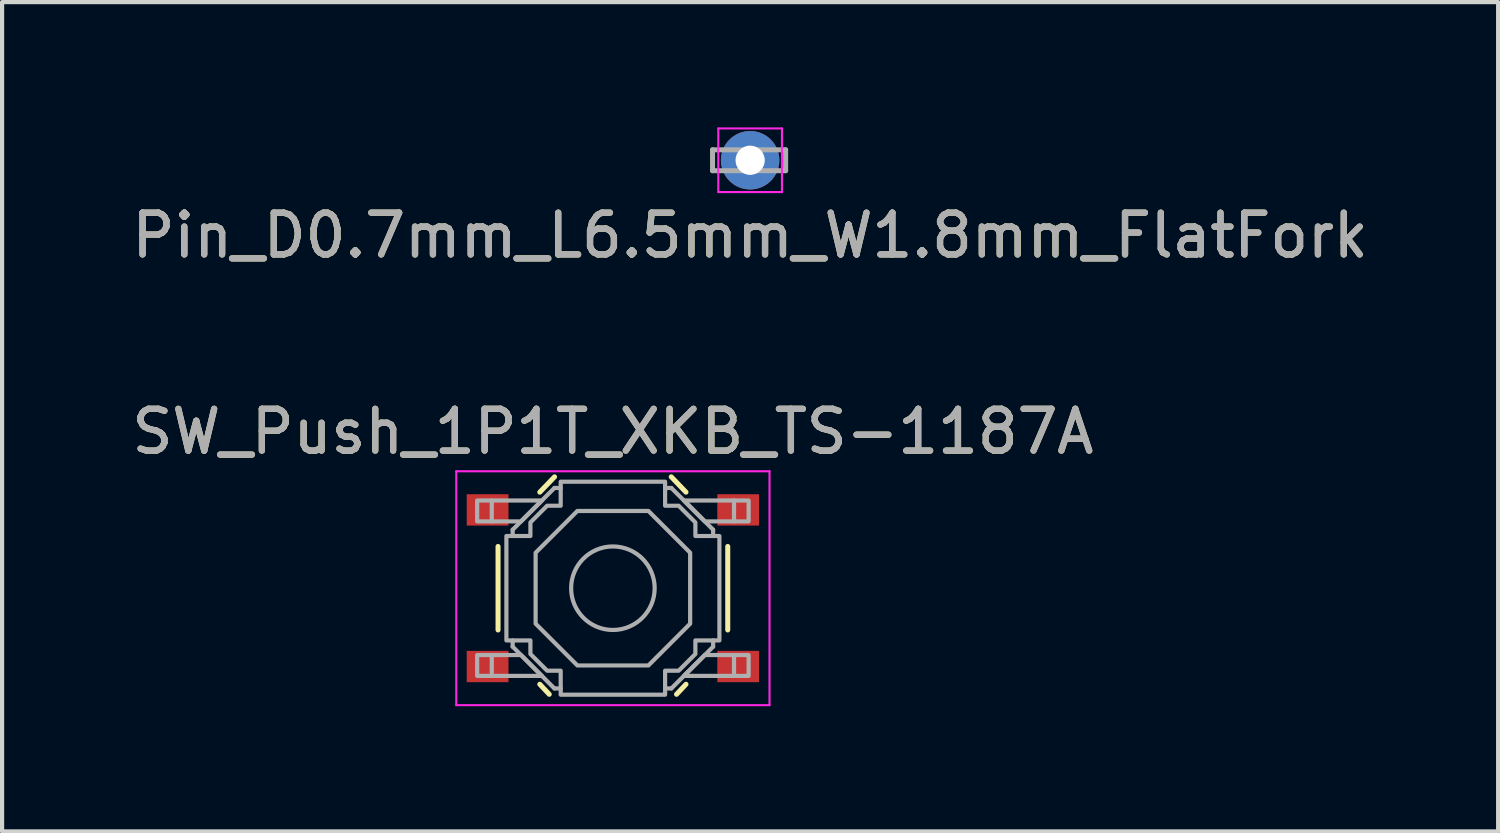
<source format=kicad_pcb>
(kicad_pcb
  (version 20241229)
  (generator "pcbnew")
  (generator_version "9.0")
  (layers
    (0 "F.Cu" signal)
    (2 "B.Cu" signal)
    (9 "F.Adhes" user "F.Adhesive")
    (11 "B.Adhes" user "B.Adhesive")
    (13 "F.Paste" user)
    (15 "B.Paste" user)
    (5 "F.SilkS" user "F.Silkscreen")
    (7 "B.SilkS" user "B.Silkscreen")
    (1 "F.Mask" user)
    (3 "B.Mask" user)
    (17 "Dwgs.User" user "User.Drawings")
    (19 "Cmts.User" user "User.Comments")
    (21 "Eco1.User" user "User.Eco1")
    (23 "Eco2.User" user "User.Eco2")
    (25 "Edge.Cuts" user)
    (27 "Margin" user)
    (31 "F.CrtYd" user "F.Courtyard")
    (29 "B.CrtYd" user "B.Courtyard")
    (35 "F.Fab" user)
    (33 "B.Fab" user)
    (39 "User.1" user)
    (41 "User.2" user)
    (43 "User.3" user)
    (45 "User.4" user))
  (footprint "SW_Push_1P1T_XKB_TS-1187A"
    (layer "F.Cu")
    (at 11.625 11.034)
    (property "Reference" "SW_Push_1P1T_XKB_TS-1187A" (at 0 -3.75 0) (layer "F.SilkS") (effects (font (size 1 1) (thickness 0.15))))
    (attr smd)
    (fp_line (start -2.75 -1) (end -2.75 1) (stroke (width 0.12) (type solid)) (layer "F.SilkS"))
    (fp_line (start -1.75 -2.3) (end -1.397 -2.667) (stroke (width 0.12) (type solid)) (layer "F.SilkS"))
    (fp_line (start -1.75 2.3) (end -1.524 2.54) (stroke (width 0.12) (type solid)) (layer "F.SilkS"))
    (fp_line (start 1.75 -2.3) (end 1.397 -2.667) (stroke (width 0.12) (type solid)) (layer "F.SilkS"))
    (fp_line (start 1.75 2.3) (end 1.524 2.54) (stroke (width 0.12) (type solid)) (layer "F.SilkS"))
    (fp_line (start 2.75 -1) (end 2.75 1) (stroke (width 0.12) (type solid)) (layer "F.SilkS"))
    (fp_line (start -3.75 -2.8) (end 3.75 -2.8) (stroke (width 0.05) (type solid)) (layer "F.CrtYd"))
    (fp_line (start -3.75 2.8) (end -3.75 -2.8) (stroke (width 0.05) (type solid)) (layer "F.CrtYd"))
    (fp_line (start 3.75 -2.8) (end 3.75 2.8) (stroke (width 0.05) (type solid)) (layer "F.CrtYd"))
    (fp_line (start 3.75 2.8) (end -3.75 2.8) (stroke (width 0.05) (type solid)) (layer "F.CrtYd"))
    (fp_line (start -2.9 -2.1) (end -2.9 -1.6) (stroke (width 0.1) (type solid)) (layer "F.Fab"))
    (fp_line (start -2.9 2.1) (end -2.9 1.6) (stroke (width 0.1) (type solid)) (layer "F.Fab"))
    (fp_line (start -2.4 -1.4) (end -1.4 -2.4) (stroke (width 0.1) (type solid)) (layer "F.Fab"))
    (fp_line (start -2.4 -1.25) (end -2.4 -1.4) (stroke (width 0.1) (type solid)) (layer "F.Fab"))
    (fp_line (start -2.4 1.4) (end -2.4 1.25) (stroke (width 0.1) (type solid)) (layer "F.Fab"))
    (fp_line (start -1.4 -2.4) (end -1.25 -2.4) (stroke (width 0.1) (type solid)) (layer "F.Fab"))
    (fp_line (start -1.4 2.4) (end -2.4 1.4) (stroke (width 0.1) (type solid)) (layer "F.Fab"))
    (fp_line (start -1.25 2.4) (end -1.4 2.4) (stroke (width 0.1) (type solid)) (layer "F.Fab"))
    (fp_line (start 1.25 -2.4) (end 1.4 -2.4) (stroke (width 0.1) (type solid)) (layer "F.Fab"))
    (fp_line (start 1.4 -2.4) (end 2.4 -1.4) (stroke (width 0.1) (type solid)) (layer "F.Fab"))
    (fp_line (start 1.4 2.4) (end 1.25 2.4) (stroke (width 0.1) (type solid)) (layer "F.Fab"))
    (fp_line (start 2.4 -1.4) (end 2.4 -1.25) (stroke (width 0.1) (type solid)) (layer "F.Fab"))
    (fp_line (start 2.4 1.25) (end 2.4 1.4) (stroke (width 0.1) (type solid)) (layer "F.Fab"))
    (fp_line (start 2.4 1.4) (end 1.4 2.4) (stroke (width 0.1) (type solid)) (layer "F.Fab"))
    (fp_line (start 2.9 -2.1) (end 2.9 -1.6) (stroke (width 0.1) (type solid)) (layer "F.Fab"))
    (fp_line (start 2.9 2.1) (end 2.9 1.6) (stroke (width 0.1) (type solid)) (layer "F.Fab"))
    (fp_circle (center 0 0) (end 1 0) (stroke (width 0.1) (type solid)) (fill no) (layer "F.Fab"))
    (fp_poly (pts (xy -1.7 -2.1) (xy -2.2 -1.6) (xy -3.25 -1.6) (xy -3.25 -2.1)) (stroke (width 0.1) (type solid)) (fill no) (layer "F.Fab"))
    (fp_poly (pts (xy -1.7 2.1) (xy -2.2 1.6) (xy -3.25 1.6) (xy -3.25 2.1)) (stroke (width 0.1) (type solid)) (fill no) (layer "F.Fab"))
    (fp_poly (pts (xy 1.7 -2.1) (xy 2.2 -1.6) (xy 3.25 -1.6) (xy 3.25 -2.1)) (stroke (width 0.1) (type solid)) (fill no) (layer "F.Fab"))
    (fp_poly (pts (xy 1.7 2.1) (xy 2.2 1.6) (xy 3.25 1.6) (xy 3.25 2.1)) (stroke (width 0.1) (type solid)) (fill no) (layer "F.Fab"))
    (fp_poly (pts (xy 0.85 -1.85) (xy 1.85 -0.85) (xy 1.85 0.85) (xy 0.85 1.85) (xy -0.85 1.85) (xy -1.85 0.85) (xy -1.85 -0.85) (xy -0.85 -1.85)) (stroke (width 0.1) (type solid)) (fill no) (layer "F.Fab"))
    (fp_poly (pts (xy -1.25 -2.55) (xy 1.25 -2.55) (xy 1.25 -1.975) (xy 1.575 -1.975) (xy 1.975 -1.575) (xy 1.975 -1.25) (xy 2.55 -1.25) (xy 2.55 1.25) (xy 1.975 1.25) (xy 1.975 1.575) (xy 1.575 1.975) (xy 1.25 1.975) (xy 1.25 2.55) (xy -1.25 2.55) (xy -1.25 1.975) (xy -1.575 1.975) (xy -1.975 1.575) (xy -1.975 1.25) (xy -2.55 1.25) (xy -2.55 -1.25) (xy -1.975 -1.25) (xy -1.975 -1.575) (xy -1.575 -1.975) (xy -1.25 -1.975)) (stroke (width 0.1) (type solid)) (fill no) (layer "F.Fab"))
    (fp_text user "${REFERENCE}" (at 0 -3.75 0) (layer "F.Fab") (effects (font (size 1 1) (thickness 0.15))))
    (pad "1" smd rect (at -3 -1.875) (size 1 0.75) (layers "F.Cu" "F.Mask" "F.Paste"))
    (pad "2" smd rect (at 3 -1.875) (size 1 0.75) (layers "F.Cu" "F.Mask" "F.Paste"))
    (pad "3" smd rect (at -3 1.875) (size 1 0.75) (layers "F.Cu" "F.Mask" "F.Paste"))
    (pad "4" smd rect (at 3 1.875) (size 1 0.75) (layers "F.Cu" "F.Mask" "F.Paste")))
  (footprint "Pin_D0.7mm_L6.5mm_W1.8mm_FlatFork"
    (layer "F.Cu")
    (at 14.911 0.787)
    (property "Reference" "Pin_D0.7mm_L6.5mm_W1.8mm_FlatFork" (at 0 1.8 0) (layer "F.SilkS") (effects (font (size 1 1) (thickness 0.15))))
    (attr through_hole exclude_from_pos_files exclude_from_bom)
    (fp_line (start -0.762 -0.762) (end -0.762 0.762) (stroke (width 0.05) (type solid)) (layer "F.CrtYd"))
    (fp_line (start -0.762 -0.762) (end 0.762 -0.762) (stroke (width 0.05) (type solid)) (layer "F.CrtYd"))
    (fp_line (start 0.762 0.762) (end -0.762 0.762) (stroke (width 0.05) (type solid)) (layer "F.CrtYd"))
    (fp_line (start 0.762 0.762) (end 0.762 -0.762) (stroke (width 0.05) (type solid)) (layer "F.CrtYd"))
    (fp_line (start -0.9 -0.25) (end 0.85 -0.25) (stroke (width 0.12) (type solid)) (layer "F.Fab"))
    (fp_line (start -0.9 0.25) (end -0.9 -0.25) (stroke (width 0.12) (type solid)) (layer "F.Fab"))
    (fp_line (start 0.85 -0.25) (end 0.85 0.25) (stroke (width 0.12) (type solid)) (layer "F.Fab"))
    (fp_line (start 0.85 0.25) (end -0.9 0.25) (stroke (width 0.12) (type solid)) (layer "F.Fab"))
    (fp_text user "${REFERENCE}" (at 0 1.8 0) (layer "F.Fab") (effects (font (size 1 1) (thickness 0.15))))
    (pad "1" thru_hole circle (at 0 0) (size 1.4 1.4) (drill 0.7) (layers "*.Cu" "*.Mask")))
  (gr_rect
    (start -3 -3)
    (end 32.821 16.858)
    (stroke (width 0.1) (type default))
    (fill no)
    (layer "Edge.Cuts")))
</source>
